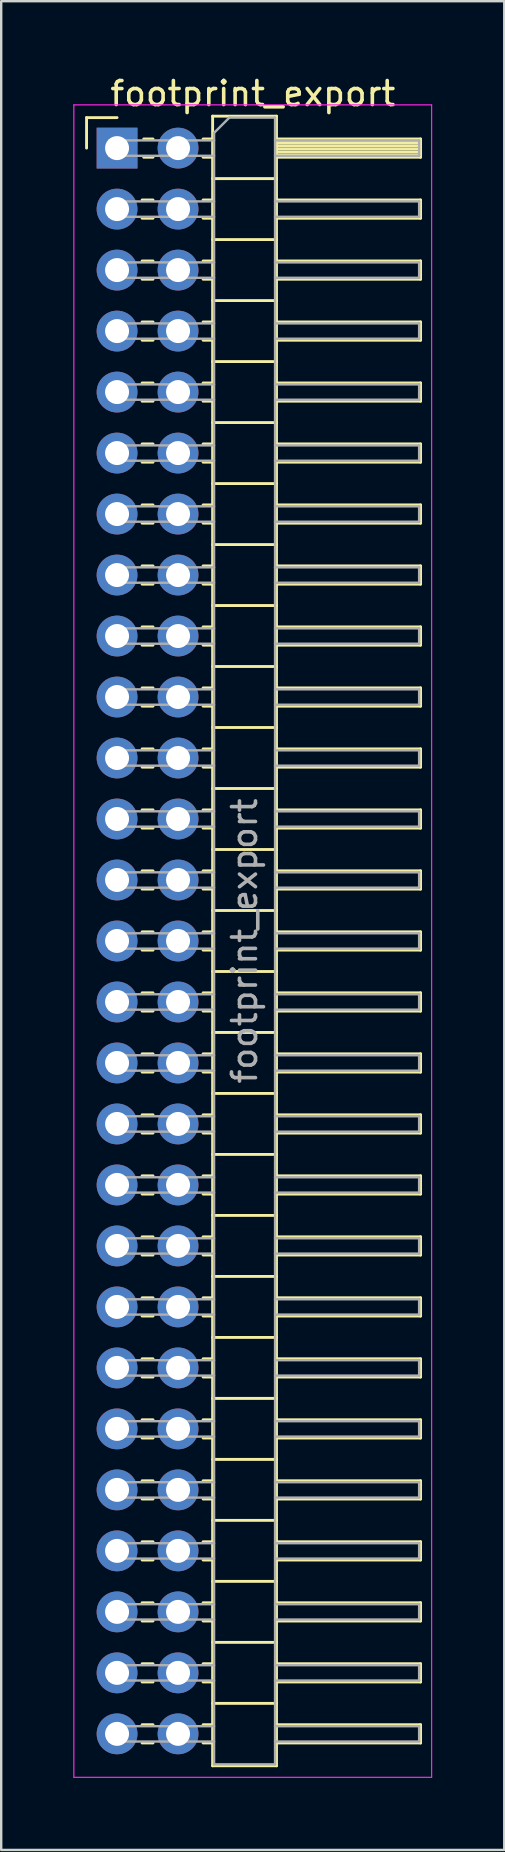
<source format=kicad_pcb>
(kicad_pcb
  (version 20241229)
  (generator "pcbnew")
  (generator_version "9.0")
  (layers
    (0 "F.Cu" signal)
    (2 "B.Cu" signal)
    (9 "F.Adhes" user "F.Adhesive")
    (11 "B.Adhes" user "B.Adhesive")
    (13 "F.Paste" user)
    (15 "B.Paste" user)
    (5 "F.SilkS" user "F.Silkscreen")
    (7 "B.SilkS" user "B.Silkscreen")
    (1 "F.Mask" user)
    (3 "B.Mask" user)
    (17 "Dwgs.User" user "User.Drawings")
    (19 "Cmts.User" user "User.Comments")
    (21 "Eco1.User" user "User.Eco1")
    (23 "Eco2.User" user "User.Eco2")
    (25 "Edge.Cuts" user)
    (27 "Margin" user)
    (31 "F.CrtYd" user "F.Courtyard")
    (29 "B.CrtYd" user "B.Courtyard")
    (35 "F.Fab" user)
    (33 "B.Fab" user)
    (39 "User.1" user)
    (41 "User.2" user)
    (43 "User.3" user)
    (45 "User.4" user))
  (footprint "footprint_export"
    (layer "F.Cu")
    (at 1.825 3.118)
    (property "Reference" "footprint_export" (at 5.655 -2.27 0) (layer "F.SilkS") (effects (font (size 1 1) (thickness 0.15))))
    (attr through_hole)
    (fp_line (start -1.27 -1.27) (end 0 -1.27) (stroke (width 0.12) (type solid)) (layer "F.SilkS"))
    (fp_line (start -1.27 0) (end -1.27 -1.27) (stroke (width 0.12) (type solid)) (layer "F.SilkS"))
    (fp_line (start 1.043 2.16) (end 1.497 2.16) (stroke (width 0.12) (type solid)) (layer "F.SilkS"))
    (fp_line (start 1.043 2.92) (end 1.497 2.92) (stroke (width 0.12) (type solid)) (layer "F.SilkS"))
    (fp_line (start 1.043 4.7) (end 1.497 4.7) (stroke (width 0.12) (type solid)) (layer "F.SilkS"))
    (fp_line (start 1.043 5.46) (end 1.497 5.46) (stroke (width 0.12) (type solid)) (layer "F.SilkS"))
    (fp_line (start 1.043 7.24) (end 1.497 7.24) (stroke (width 0.12) (type solid)) (layer "F.SilkS"))
    (fp_line (start 1.043 8) (end 1.497 8) (stroke (width 0.12) (type solid)) (layer "F.SilkS"))
    (fp_line (start 1.043 9.78) (end 1.497 9.78) (stroke (width 0.12) (type solid)) (layer "F.SilkS"))
    (fp_line (start 1.043 10.54) (end 1.497 10.54) (stroke (width 0.12) (type solid)) (layer "F.SilkS"))
    (fp_line (start 1.043 12.32) (end 1.497 12.32) (stroke (width 0.12) (type solid)) (layer "F.SilkS"))
    (fp_line (start 1.043 13.08) (end 1.497 13.08) (stroke (width 0.12) (type solid)) (layer "F.SilkS"))
    (fp_line (start 1.043 14.86) (end 1.497 14.86) (stroke (width 0.12) (type solid)) (layer "F.SilkS"))
    (fp_line (start 1.043 15.62) (end 1.497 15.62) (stroke (width 0.12) (type solid)) (layer "F.SilkS"))
    (fp_line (start 1.043 17.4) (end 1.497 17.4) (stroke (width 0.12) (type solid)) (layer "F.SilkS"))
    (fp_line (start 1.043 18.16) (end 1.497 18.16) (stroke (width 0.12) (type solid)) (layer "F.SilkS"))
    (fp_line (start 1.043 19.94) (end 1.497 19.94) (stroke (width 0.12) (type solid)) (layer "F.SilkS"))
    (fp_line (start 1.043 20.7) (end 1.497 20.7) (stroke (width 0.12) (type solid)) (layer "F.SilkS"))
    (fp_line (start 1.043 22.48) (end 1.497 22.48) (stroke (width 0.12) (type solid)) (layer "F.SilkS"))
    (fp_line (start 1.043 23.24) (end 1.497 23.24) (stroke (width 0.12) (type solid)) (layer "F.SilkS"))
    (fp_line (start 1.043 25.02) (end 1.497 25.02) (stroke (width 0.12) (type solid)) (layer "F.SilkS"))
    (fp_line (start 1.043 25.78) (end 1.497 25.78) (stroke (width 0.12) (type solid)) (layer "F.SilkS"))
    (fp_line (start 1.043 27.56) (end 1.497 27.56) (stroke (width 0.12) (type solid)) (layer "F.SilkS"))
    (fp_line (start 1.043 28.32) (end 1.497 28.32) (stroke (width 0.12) (type solid)) (layer "F.SilkS"))
    (fp_line (start 1.043 30.1) (end 1.497 30.1) (stroke (width 0.12) (type solid)) (layer "F.SilkS"))
    (fp_line (start 1.043 30.86) (end 1.497 30.86) (stroke (width 0.12) (type solid)) (layer "F.SilkS"))
    (fp_line (start 1.043 32.64) (end 1.497 32.64) (stroke (width 0.12) (type solid)) (layer "F.SilkS"))
    (fp_line (start 1.043 33.4) (end 1.497 33.4) (stroke (width 0.12) (type solid)) (layer "F.SilkS"))
    (fp_line (start 1.043 35.18) (end 1.497 35.18) (stroke (width 0.12) (type solid)) (layer "F.SilkS"))
    (fp_line (start 1.043 35.94) (end 1.497 35.94) (stroke (width 0.12) (type solid)) (layer "F.SilkS"))
    (fp_line (start 1.043 37.72) (end 1.497 37.72) (stroke (width 0.12) (type solid)) (layer "F.SilkS"))
    (fp_line (start 1.043 38.48) (end 1.497 38.48) (stroke (width 0.12) (type solid)) (layer "F.SilkS"))
    (fp_line (start 1.043 40.26) (end 1.497 40.26) (stroke (width 0.12) (type solid)) (layer "F.SilkS"))
    (fp_line (start 1.043 41.02) (end 1.497 41.02) (stroke (width 0.12) (type solid)) (layer "F.SilkS"))
    (fp_line (start 1.043 42.8) (end 1.497 42.8) (stroke (width 0.12) (type solid)) (layer "F.SilkS"))
    (fp_line (start 1.043 43.56) (end 1.497 43.56) (stroke (width 0.12) (type solid)) (layer "F.SilkS"))
    (fp_line (start 1.043 45.34) (end 1.497 45.34) (stroke (width 0.12) (type solid)) (layer "F.SilkS"))
    (fp_line (start 1.043 46.1) (end 1.497 46.1) (stroke (width 0.12) (type solid)) (layer "F.SilkS"))
    (fp_line (start 1.043 47.88) (end 1.497 47.88) (stroke (width 0.12) (type solid)) (layer "F.SilkS"))
    (fp_line (start 1.043 48.64) (end 1.497 48.64) (stroke (width 0.12) (type solid)) (layer "F.SilkS"))
    (fp_line (start 1.043 50.42) (end 1.497 50.42) (stroke (width 0.12) (type solid)) (layer "F.SilkS"))
    (fp_line (start 1.043 51.18) (end 1.497 51.18) (stroke (width 0.12) (type solid)) (layer "F.SilkS"))
    (fp_line (start 1.043 52.96) (end 1.497 52.96) (stroke (width 0.12) (type solid)) (layer "F.SilkS"))
    (fp_line (start 1.043 53.72) (end 1.497 53.72) (stroke (width 0.12) (type solid)) (layer "F.SilkS"))
    (fp_line (start 1.043 55.5) (end 1.497 55.5) (stroke (width 0.12) (type solid)) (layer "F.SilkS"))
    (fp_line (start 1.043 56.26) (end 1.497 56.26) (stroke (width 0.12) (type solid)) (layer "F.SilkS"))
    (fp_line (start 1.043 58.04) (end 1.497 58.04) (stroke (width 0.12) (type solid)) (layer "F.SilkS"))
    (fp_line (start 1.043 58.8) (end 1.497 58.8) (stroke (width 0.12) (type solid)) (layer "F.SilkS"))
    (fp_line (start 1.043 60.58) (end 1.497 60.58) (stroke (width 0.12) (type solid)) (layer "F.SilkS"))
    (fp_line (start 1.043 61.34) (end 1.497 61.34) (stroke (width 0.12) (type solid)) (layer "F.SilkS"))
    (fp_line (start 1.043 63.12) (end 1.497 63.12) (stroke (width 0.12) (type solid)) (layer "F.SilkS"))
    (fp_line (start 1.043 63.88) (end 1.497 63.88) (stroke (width 0.12) (type solid)) (layer "F.SilkS"))
    (fp_line (start 1.043 65.66) (end 1.497 65.66) (stroke (width 0.12) (type solid)) (layer "F.SilkS"))
    (fp_line (start 1.043 66.42) (end 1.497 66.42) (stroke (width 0.12) (type solid)) (layer "F.SilkS"))
    (fp_line (start 1.11 -0.38) (end 1.497 -0.38) (stroke (width 0.12) (type solid)) (layer "F.SilkS"))
    (fp_line (start 1.11 0.38) (end 1.497 0.38) (stroke (width 0.12) (type solid)) (layer "F.SilkS"))
    (fp_line (start 3.583 -0.38) (end 3.98 -0.38) (stroke (width 0.12) (type solid)) (layer "F.SilkS"))
    (fp_line (start 3.583 0.38) (end 3.98 0.38) (stroke (width 0.12) (type solid)) (layer "F.SilkS"))
    (fp_line (start 3.583 2.16) (end 3.98 2.16) (stroke (width 0.12) (type solid)) (layer "F.SilkS"))
    (fp_line (start 3.583 2.92) (end 3.98 2.92) (stroke (width 0.12) (type solid)) (layer "F.SilkS"))
    (fp_line (start 3.583 4.7) (end 3.98 4.7) (stroke (width 0.12) (type solid)) (layer "F.SilkS"))
    (fp_line (start 3.583 5.46) (end 3.98 5.46) (stroke (width 0.12) (type solid)) (layer "F.SilkS"))
    (fp_line (start 3.583 7.24) (end 3.98 7.24) (stroke (width 0.12) (type solid)) (layer "F.SilkS"))
    (fp_line (start 3.583 8) (end 3.98 8) (stroke (width 0.12) (type solid)) (layer "F.SilkS"))
    (fp_line (start 3.583 9.78) (end 3.98 9.78) (stroke (width 0.12) (type solid)) (layer "F.SilkS"))
    (fp_line (start 3.583 10.54) (end 3.98 10.54) (stroke (width 0.12) (type solid)) (layer "F.SilkS"))
    (fp_line (start 3.583 12.32) (end 3.98 12.32) (stroke (width 0.12) (type solid)) (layer "F.SilkS"))
    (fp_line (start 3.583 13.08) (end 3.98 13.08) (stroke (width 0.12) (type solid)) (layer "F.SilkS"))
    (fp_line (start 3.583 14.86) (end 3.98 14.86) (stroke (width 0.12) (type solid)) (layer "F.SilkS"))
    (fp_line (start 3.583 15.62) (end 3.98 15.62) (stroke (width 0.12) (type solid)) (layer "F.SilkS"))
    (fp_line (start 3.583 17.4) (end 3.98 17.4) (stroke (width 0.12) (type solid)) (layer "F.SilkS"))
    (fp_line (start 3.583 18.16) (end 3.98 18.16) (stroke (width 0.12) (type solid)) (layer "F.SilkS"))
    (fp_line (start 3.583 19.94) (end 3.98 19.94) (stroke (width 0.12) (type solid)) (layer "F.SilkS"))
    (fp_line (start 3.583 20.7) (end 3.98 20.7) (stroke (width 0.12) (type solid)) (layer "F.SilkS"))
    (fp_line (start 3.583 22.48) (end 3.98 22.48) (stroke (width 0.12) (type solid)) (layer "F.SilkS"))
    (fp_line (start 3.583 23.24) (end 3.98 23.24) (stroke (width 0.12) (type solid)) (layer "F.SilkS"))
    (fp_line (start 3.583 25.02) (end 3.98 25.02) (stroke (width 0.12) (type solid)) (layer "F.SilkS"))
    (fp_line (start 3.583 25.78) (end 3.98 25.78) (stroke (width 0.12) (type solid)) (layer "F.SilkS"))
    (fp_line (start 3.583 27.56) (end 3.98 27.56) (stroke (width 0.12) (type solid)) (layer "F.SilkS"))
    (fp_line (start 3.583 28.32) (end 3.98 28.32) (stroke (width 0.12) (type solid)) (layer "F.SilkS"))
    (fp_line (start 3.583 30.1) (end 3.98 30.1) (stroke (width 0.12) (type solid)) (layer "F.SilkS"))
    (fp_line (start 3.583 30.86) (end 3.98 30.86) (stroke (width 0.12) (type solid)) (layer "F.SilkS"))
    (fp_line (start 3.583 32.64) (end 3.98 32.64) (stroke (width 0.12) (type solid)) (layer "F.SilkS"))
    (fp_line (start 3.583 33.4) (end 3.98 33.4) (stroke (width 0.12) (type solid)) (layer "F.SilkS"))
    (fp_line (start 3.583 35.18) (end 3.98 35.18) (stroke (width 0.12) (type solid)) (layer "F.SilkS"))
    (fp_line (start 3.583 35.94) (end 3.98 35.94) (stroke (width 0.12) (type solid)) (layer "F.SilkS"))
    (fp_line (start 3.583 37.72) (end 3.98 37.72) (stroke (width 0.12) (type solid)) (layer "F.SilkS"))
    (fp_line (start 3.583 38.48) (end 3.98 38.48) (stroke (width 0.12) (type solid)) (layer "F.SilkS"))
    (fp_line (start 3.583 40.26) (end 3.98 40.26) (stroke (width 0.12) (type solid)) (layer "F.SilkS"))
    (fp_line (start 3.583 41.02) (end 3.98 41.02) (stroke (width 0.12) (type solid)) (layer "F.SilkS"))
    (fp_line (start 3.583 42.8) (end 3.98 42.8) (stroke (width 0.12) (type solid)) (layer "F.SilkS"))
    (fp_line (start 3.583 43.56) (end 3.98 43.56) (stroke (width 0.12) (type solid)) (layer "F.SilkS"))
    (fp_line (start 3.583 45.34) (end 3.98 45.34) (stroke (width 0.12) (type solid)) (layer "F.SilkS"))
    (fp_line (start 3.583 46.1) (end 3.98 46.1) (stroke (width 0.12) (type solid)) (layer "F.SilkS"))
    (fp_line (start 3.583 47.88) (end 3.98 47.88) (stroke (width 0.12) (type solid)) (layer "F.SilkS"))
    (fp_line (start 3.583 48.64) (end 3.98 48.64) (stroke (width 0.12) (type solid)) (layer "F.SilkS"))
    (fp_line (start 3.583 50.42) (end 3.98 50.42) (stroke (width 0.12) (type solid)) (layer "F.SilkS"))
    (fp_line (start 3.583 51.18) (end 3.98 51.18) (stroke (width 0.12) (type solid)) (layer "F.SilkS"))
    (fp_line (start 3.583 52.96) (end 3.98 52.96) (stroke (width 0.12) (type solid)) (layer "F.SilkS"))
    (fp_line (start 3.583 53.72) (end 3.98 53.72) (stroke (width 0.12) (type solid)) (layer "F.SilkS"))
    (fp_line (start 3.583 55.5) (end 3.98 55.5) (stroke (width 0.12) (type solid)) (layer "F.SilkS"))
    (fp_line (start 3.583 56.26) (end 3.98 56.26) (stroke (width 0.12) (type solid)) (layer "F.SilkS"))
    (fp_line (start 3.583 58.04) (end 3.98 58.04) (stroke (width 0.12) (type solid)) (layer "F.SilkS"))
    (fp_line (start 3.583 58.8) (end 3.98 58.8) (stroke (width 0.12) (type solid)) (layer "F.SilkS"))
    (fp_line (start 3.583 60.58) (end 3.98 60.58) (stroke (width 0.12) (type solid)) (layer "F.SilkS"))
    (fp_line (start 3.583 61.34) (end 3.98 61.34) (stroke (width 0.12) (type solid)) (layer "F.SilkS"))
    (fp_line (start 3.583 63.12) (end 3.98 63.12) (stroke (width 0.12) (type solid)) (layer "F.SilkS"))
    (fp_line (start 3.583 63.88) (end 3.98 63.88) (stroke (width 0.12) (type solid)) (layer "F.SilkS"))
    (fp_line (start 3.583 65.66) (end 3.98 65.66) (stroke (width 0.12) (type solid)) (layer "F.SilkS"))
    (fp_line (start 3.583 66.42) (end 3.98 66.42) (stroke (width 0.12) (type solid)) (layer "F.SilkS"))
    (fp_line (start 3.98 -1.33) (end 3.98 67.37) (stroke (width 0.12) (type solid)) (layer "F.SilkS"))
    (fp_line (start 3.98 1.27) (end 6.64 1.27) (stroke (width 0.12) (type solid)) (layer "F.SilkS"))
    (fp_line (start 3.98 3.81) (end 6.64 3.81) (stroke (width 0.12) (type solid)) (layer "F.SilkS"))
    (fp_line (start 3.98 6.35) (end 6.64 6.35) (stroke (width 0.12) (type solid)) (layer "F.SilkS"))
    (fp_line (start 3.98 8.89) (end 6.64 8.89) (stroke (width 0.12) (type solid)) (layer "F.SilkS"))
    (fp_line (start 3.98 11.43) (end 6.64 11.43) (stroke (width 0.12) (type solid)) (layer "F.SilkS"))
    (fp_line (start 3.98 13.97) (end 6.64 13.97) (stroke (width 0.12) (type solid)) (layer "F.SilkS"))
    (fp_line (start 3.98 16.51) (end 6.64 16.51) (stroke (width 0.12) (type solid)) (layer "F.SilkS"))
    (fp_line (start 3.98 19.05) (end 6.64 19.05) (stroke (width 0.12) (type solid)) (layer "F.SilkS"))
    (fp_line (start 3.98 21.59) (end 6.64 21.59) (stroke (width 0.12) (type solid)) (layer "F.SilkS"))
    (fp_line (start 3.98 24.13) (end 6.64 24.13) (stroke (width 0.12) (type solid)) (layer "F.SilkS"))
    (fp_line (start 3.98 26.67) (end 6.64 26.67) (stroke (width 0.12) (type solid)) (layer "F.SilkS"))
    (fp_line (start 3.98 29.21) (end 6.64 29.21) (stroke (width 0.12) (type solid)) (layer "F.SilkS"))
    (fp_line (start 3.98 31.75) (end 6.64 31.75) (stroke (width 0.12) (type solid)) (layer "F.SilkS"))
    (fp_line (start 3.98 34.29) (end 6.64 34.29) (stroke (width 0.12) (type solid)) (layer "F.SilkS"))
    (fp_line (start 3.98 36.83) (end 6.64 36.83) (stroke (width 0.12) (type solid)) (layer "F.SilkS"))
    (fp_line (start 3.98 39.37) (end 6.64 39.37) (stroke (width 0.12) (type solid)) (layer "F.SilkS"))
    (fp_line (start 3.98 41.91) (end 6.64 41.91) (stroke (width 0.12) (type solid)) (layer "F.SilkS"))
    (fp_line (start 3.98 44.45) (end 6.64 44.45) (stroke (width 0.12) (type solid)) (layer "F.SilkS"))
    (fp_line (start 3.98 46.99) (end 6.64 46.99) (stroke (width 0.12) (type solid)) (layer "F.SilkS"))
    (fp_line (start 3.98 49.53) (end 6.64 49.53) (stroke (width 0.12) (type solid)) (layer "F.SilkS"))
    (fp_line (start 3.98 52.07) (end 6.64 52.07) (stroke (width 0.12) (type solid)) (layer "F.SilkS"))
    (fp_line (start 3.98 54.61) (end 6.64 54.61) (stroke (width 0.12) (type solid)) (layer "F.SilkS"))
    (fp_line (start 3.98 57.15) (end 6.64 57.15) (stroke (width 0.12) (type solid)) (layer "F.SilkS"))
    (fp_line (start 3.98 59.69) (end 6.64 59.69) (stroke (width 0.12) (type solid)) (layer "F.SilkS"))
    (fp_line (start 3.98 62.23) (end 6.64 62.23) (stroke (width 0.12) (type solid)) (layer "F.SilkS"))
    (fp_line (start 3.98 64.77) (end 6.64 64.77) (stroke (width 0.12) (type solid)) (layer "F.SilkS"))
    (fp_line (start 3.98 67.37) (end 6.64 67.37) (stroke (width 0.12) (type solid)) (layer "F.SilkS"))
    (fp_line (start 6.64 -1.33) (end 3.98 -1.33) (stroke (width 0.12) (type solid)) (layer "F.SilkS"))
    (fp_line (start 6.64 -0.38) (end 12.64 -0.38) (stroke (width 0.12) (type solid)) (layer "F.SilkS"))
    (fp_line (start 6.64 -0.32) (end 12.64 -0.32) (stroke (width 0.12) (type solid)) (layer "F.SilkS"))
    (fp_line (start 6.64 -0.2) (end 12.64 -0.2) (stroke (width 0.12) (type solid)) (layer "F.SilkS"))
    (fp_line (start 6.64 -0.08) (end 12.64 -0.08) (stroke (width 0.12) (type solid)) (layer "F.SilkS"))
    (fp_line (start 6.64 0.04) (end 12.64 0.04) (stroke (width 0.12) (type solid)) (layer "F.SilkS"))
    (fp_line (start 6.64 0.16) (end 12.64 0.16) (stroke (width 0.12) (type solid)) (layer "F.SilkS"))
    (fp_line (start 6.64 0.28) (end 12.64 0.28) (stroke (width 0.12) (type solid)) (layer "F.SilkS"))
    (fp_line (start 6.64 2.16) (end 12.64 2.16) (stroke (width 0.12) (type solid)) (layer "F.SilkS"))
    (fp_line (start 6.64 4.7) (end 12.64 4.7) (stroke (width 0.12) (type solid)) (layer "F.SilkS"))
    (fp_line (start 6.64 7.24) (end 12.64 7.24) (stroke (width 0.12) (type solid)) (layer "F.SilkS"))
    (fp_line (start 6.64 9.78) (end 12.64 9.78) (stroke (width 0.12) (type solid)) (layer "F.SilkS"))
    (fp_line (start 6.64 12.32) (end 12.64 12.32) (stroke (width 0.12) (type solid)) (layer "F.SilkS"))
    (fp_line (start 6.64 14.86) (end 12.64 14.86) (stroke (width 0.12) (type solid)) (layer "F.SilkS"))
    (fp_line (start 6.64 17.4) (end 12.64 17.4) (stroke (width 0.12) (type solid)) (layer "F.SilkS"))
    (fp_line (start 6.64 19.94) (end 12.64 19.94) (stroke (width 0.12) (type solid)) (layer "F.SilkS"))
    (fp_line (start 6.64 22.48) (end 12.64 22.48) (stroke (width 0.12) (type solid)) (layer "F.SilkS"))
    (fp_line (start 6.64 25.02) (end 12.64 25.02) (stroke (width 0.12) (type solid)) (layer "F.SilkS"))
    (fp_line (start 6.64 27.56) (end 12.64 27.56) (stroke (width 0.12) (type solid)) (layer "F.SilkS"))
    (fp_line (start 6.64 30.1) (end 12.64 30.1) (stroke (width 0.12) (type solid)) (layer "F.SilkS"))
    (fp_line (start 6.64 32.64) (end 12.64 32.64) (stroke (width 0.12) (type solid)) (layer "F.SilkS"))
    (fp_line (start 6.64 35.18) (end 12.64 35.18) (stroke (width 0.12) (type solid)) (layer "F.SilkS"))
    (fp_line (start 6.64 37.72) (end 12.64 37.72) (stroke (width 0.12) (type solid)) (layer "F.SilkS"))
    (fp_line (start 6.64 40.26) (end 12.64 40.26) (stroke (width 0.12) (type solid)) (layer "F.SilkS"))
    (fp_line (start 6.64 42.8) (end 12.64 42.8) (stroke (width 0.12) (type solid)) (layer "F.SilkS"))
    (fp_line (start 6.64 45.34) (end 12.64 45.34) (stroke (width 0.12) (type solid)) (layer "F.SilkS"))
    (fp_line (start 6.64 47.88) (end 12.64 47.88) (stroke (width 0.12) (type solid)) (layer "F.SilkS"))
    (fp_line (start 6.64 50.42) (end 12.64 50.42) (stroke (width 0.12) (type solid)) (layer "F.SilkS"))
    (fp_line (start 6.64 52.96) (end 12.64 52.96) (stroke (width 0.12) (type solid)) (layer "F.SilkS"))
    (fp_line (start 6.64 55.5) (end 12.64 55.5) (stroke (width 0.12) (type solid)) (layer "F.SilkS"))
    (fp_line (start 6.64 58.04) (end 12.64 58.04) (stroke (width 0.12) (type solid)) (layer "F.SilkS"))
    (fp_line (start 6.64 60.58) (end 12.64 60.58) (stroke (width 0.12) (type solid)) (layer "F.SilkS"))
    (fp_line (start 6.64 63.12) (end 12.64 63.12) (stroke (width 0.12) (type solid)) (layer "F.SilkS"))
    (fp_line (start 6.64 65.66) (end 12.64 65.66) (stroke (width 0.12) (type solid)) (layer "F.SilkS"))
    (fp_line (start 6.64 67.37) (end 6.64 -1.33) (stroke (width 0.12) (type solid)) (layer "F.SilkS"))
    (fp_line (start 12.64 -0.38) (end 12.64 0.38) (stroke (width 0.12) (type solid)) (layer "F.SilkS"))
    (fp_line (start 12.64 0.38) (end 6.64 0.38) (stroke (width 0.12) (type solid)) (layer "F.SilkS"))
    (fp_line (start 12.64 2.16) (end 12.64 2.92) (stroke (width 0.12) (type solid)) (layer "F.SilkS"))
    (fp_line (start 12.64 2.92) (end 6.64 2.92) (stroke (width 0.12) (type solid)) (layer "F.SilkS"))
    (fp_line (start 12.64 4.7) (end 12.64 5.46) (stroke (width 0.12) (type solid)) (layer "F.SilkS"))
    (fp_line (start 12.64 5.46) (end 6.64 5.46) (stroke (width 0.12) (type solid)) (layer "F.SilkS"))
    (fp_line (start 12.64 7.24) (end 12.64 8) (stroke (width 0.12) (type solid)) (layer "F.SilkS"))
    (fp_line (start 12.64 8) (end 6.64 8) (stroke (width 0.12) (type solid)) (layer "F.SilkS"))
    (fp_line (start 12.64 9.78) (end 12.64 10.54) (stroke (width 0.12) (type solid)) (layer "F.SilkS"))
    (fp_line (start 12.64 10.54) (end 6.64 10.54) (stroke (width 0.12) (type solid)) (layer "F.SilkS"))
    (fp_line (start 12.64 12.32) (end 12.64 13.08) (stroke (width 0.12) (type solid)) (layer "F.SilkS"))
    (fp_line (start 12.64 13.08) (end 6.64 13.08) (stroke (width 0.12) (type solid)) (layer "F.SilkS"))
    (fp_line (start 12.64 14.86) (end 12.64 15.62) (stroke (width 0.12) (type solid)) (layer "F.SilkS"))
    (fp_line (start 12.64 15.62) (end 6.64 15.62) (stroke (width 0.12) (type solid)) (layer "F.SilkS"))
    (fp_line (start 12.64 17.4) (end 12.64 18.16) (stroke (width 0.12) (type solid)) (layer "F.SilkS"))
    (fp_line (start 12.64 18.16) (end 6.64 18.16) (stroke (width 0.12) (type solid)) (layer "F.SilkS"))
    (fp_line (start 12.64 19.94) (end 12.64 20.7) (stroke (width 0.12) (type solid)) (layer "F.SilkS"))
    (fp_line (start 12.64 20.7) (end 6.64 20.7) (stroke (width 0.12) (type solid)) (layer "F.SilkS"))
    (fp_line (start 12.64 22.48) (end 12.64 23.24) (stroke (width 0.12) (type solid)) (layer "F.SilkS"))
    (fp_line (start 12.64 23.24) (end 6.64 23.24) (stroke (width 0.12) (type solid)) (layer "F.SilkS"))
    (fp_line (start 12.64 25.02) (end 12.64 25.78) (stroke (width 0.12) (type solid)) (layer "F.SilkS"))
    (fp_line (start 12.64 25.78) (end 6.64 25.78) (stroke (width 0.12) (type solid)) (layer "F.SilkS"))
    (fp_line (start 12.64 27.56) (end 12.64 28.32) (stroke (width 0.12) (type solid)) (layer "F.SilkS"))
    (fp_line (start 12.64 28.32) (end 6.64 28.32) (stroke (width 0.12) (type solid)) (layer "F.SilkS"))
    (fp_line (start 12.64 30.1) (end 12.64 30.86) (stroke (width 0.12) (type solid)) (layer "F.SilkS"))
    (fp_line (start 12.64 30.86) (end 6.64 30.86) (stroke (width 0.12) (type solid)) (layer "F.SilkS"))
    (fp_line (start 12.64 32.64) (end 12.64 33.4) (stroke (width 0.12) (type solid)) (layer "F.SilkS"))
    (fp_line (start 12.64 33.4) (end 6.64 33.4) (stroke (width 0.12) (type solid)) (layer "F.SilkS"))
    (fp_line (start 12.64 35.18) (end 12.64 35.94) (stroke (width 0.12) (type solid)) (layer "F.SilkS"))
    (fp_line (start 12.64 35.94) (end 6.64 35.94) (stroke (width 0.12) (type solid)) (layer "F.SilkS"))
    (fp_line (start 12.64 37.72) (end 12.64 38.48) (stroke (width 0.12) (type solid)) (layer "F.SilkS"))
    (fp_line (start 12.64 38.48) (end 6.64 38.48) (stroke (width 0.12) (type solid)) (layer "F.SilkS"))
    (fp_line (start 12.64 40.26) (end 12.64 41.02) (stroke (width 0.12) (type solid)) (layer "F.SilkS"))
    (fp_line (start 12.64 41.02) (end 6.64 41.02) (stroke (width 0.12) (type solid)) (layer "F.SilkS"))
    (fp_line (start 12.64 42.8) (end 12.64 43.56) (stroke (width 0.12) (type solid)) (layer "F.SilkS"))
    (fp_line (start 12.64 43.56) (end 6.64 43.56) (stroke (width 0.12) (type solid)) (layer "F.SilkS"))
    (fp_line (start 12.64 45.34) (end 12.64 46.1) (stroke (width 0.12) (type solid)) (layer "F.SilkS"))
    (fp_line (start 12.64 46.1) (end 6.64 46.1) (stroke (width 0.12) (type solid)) (layer "F.SilkS"))
    (fp_line (start 12.64 47.88) (end 12.64 48.64) (stroke (width 0.12) (type solid)) (layer "F.SilkS"))
    (fp_line (start 12.64 48.64) (end 6.64 48.64) (stroke (width 0.12) (type solid)) (layer "F.SilkS"))
    (fp_line (start 12.64 50.42) (end 12.64 51.18) (stroke (width 0.12) (type solid)) (layer "F.SilkS"))
    (fp_line (start 12.64 51.18) (end 6.64 51.18) (stroke (width 0.12) (type solid)) (layer "F.SilkS"))
    (fp_line (start 12.64 52.96) (end 12.64 53.72) (stroke (width 0.12) (type solid)) (layer "F.SilkS"))
    (fp_line (start 12.64 53.72) (end 6.64 53.72) (stroke (width 0.12) (type solid)) (layer "F.SilkS"))
    (fp_line (start 12.64 55.5) (end 12.64 56.26) (stroke (width 0.12) (type solid)) (layer "F.SilkS"))
    (fp_line (start 12.64 56.26) (end 6.64 56.26) (stroke (width 0.12) (type solid)) (layer "F.SilkS"))
    (fp_line (start 12.64 58.04) (end 12.64 58.8) (stroke (width 0.12) (type solid)) (layer "F.SilkS"))
    (fp_line (start 12.64 58.8) (end 6.64 58.8) (stroke (width 0.12) (type solid)) (layer "F.SilkS"))
    (fp_line (start 12.64 60.58) (end 12.64 61.34) (stroke (width 0.12) (type solid)) (layer "F.SilkS"))
    (fp_line (start 12.64 61.34) (end 6.64 61.34) (stroke (width 0.12) (type solid)) (layer "F.SilkS"))
    (fp_line (start 12.64 63.12) (end 12.64 63.88) (stroke (width 0.12) (type solid)) (layer "F.SilkS"))
    (fp_line (start 12.64 63.88) (end 6.64 63.88) (stroke (width 0.12) (type solid)) (layer "F.SilkS"))
    (fp_line (start 12.64 65.66) (end 12.64 66.42) (stroke (width 0.12) (type solid)) (layer "F.SilkS"))
    (fp_line (start 12.64 66.42) (end 6.64 66.42) (stroke (width 0.12) (type solid)) (layer "F.SilkS"))
    (fp_line (start -1.8 -1.8) (end -1.8 67.85) (stroke (width 0.05) (type solid)) (layer "F.CrtYd"))
    (fp_line (start -1.8 67.85) (end 13.1 67.85) (stroke (width 0.05) (type solid)) (layer "F.CrtYd"))
    (fp_line (start 13.1 -1.8) (end -1.8 -1.8) (stroke (width 0.05) (type solid)) (layer "F.CrtYd"))
    (fp_line (start 13.1 67.85) (end 13.1 -1.8) (stroke (width 0.05) (type solid)) (layer "F.CrtYd"))
    (fp_line (start -0.32 -0.32) (end -0.32 0.32) (stroke (width 0.1) (type solid)) (layer "F.Fab"))
    (fp_line (start -0.32 -0.32) (end 4.04 -0.32) (stroke (width 0.1) (type solid)) (layer "F.Fab"))
    (fp_line (start -0.32 0.32) (end 4.04 0.32) (stroke (width 0.1) (type solid)) (layer "F.Fab"))
    (fp_line (start -0.32 2.22) (end -0.32 2.86) (stroke (width 0.1) (type solid)) (layer "F.Fab"))
    (fp_line (start -0.32 2.22) (end 4.04 2.22) (stroke (width 0.1) (type solid)) (layer "F.Fab"))
    (fp_line (start -0.32 2.86) (end 4.04 2.86) (stroke (width 0.1) (type solid)) (layer "F.Fab"))
    (fp_line (start -0.32 4.76) (end -0.32 5.4) (stroke (width 0.1) (type solid)) (layer "F.Fab"))
    (fp_line (start -0.32 4.76) (end 4.04 4.76) (stroke (width 0.1) (type solid)) (layer "F.Fab"))
    (fp_line (start -0.32 5.4) (end 4.04 5.4) (stroke (width 0.1) (type solid)) (layer "F.Fab"))
    (fp_line (start -0.32 7.3) (end -0.32 7.94) (stroke (width 0.1) (type solid)) (layer "F.Fab"))
    (fp_line (start -0.32 7.3) (end 4.04 7.3) (stroke (width 0.1) (type solid)) (layer "F.Fab"))
    (fp_line (start -0.32 7.94) (end 4.04 7.94) (stroke (width 0.1) (type solid)) (layer "F.Fab"))
    (fp_line (start -0.32 9.84) (end -0.32 10.48) (stroke (width 0.1) (type solid)) (layer "F.Fab"))
    (fp_line (start -0.32 9.84) (end 4.04 9.84) (stroke (width 0.1) (type solid)) (layer "F.Fab"))
    (fp_line (start -0.32 10.48) (end 4.04 10.48) (stroke (width 0.1) (type solid)) (layer "F.Fab"))
    (fp_line (start -0.32 12.38) (end -0.32 13.02) (stroke (width 0.1) (type solid)) (layer "F.Fab"))
    (fp_line (start -0.32 12.38) (end 4.04 12.38) (stroke (width 0.1) (type solid)) (layer "F.Fab"))
    (fp_line (start -0.32 13.02) (end 4.04 13.02) (stroke (width 0.1) (type solid)) (layer "F.Fab"))
    (fp_line (start -0.32 14.92) (end -0.32 15.56) (stroke (width 0.1) (type solid)) (layer "F.Fab"))
    (fp_line (start -0.32 14.92) (end 4.04 14.92) (stroke (width 0.1) (type solid)) (layer "F.Fab"))
    (fp_line (start -0.32 15.56) (end 4.04 15.56) (stroke (width 0.1) (type solid)) (layer "F.Fab"))
    (fp_line (start -0.32 17.46) (end -0.32 18.1) (stroke (width 0.1) (type solid)) (layer "F.Fab"))
    (fp_line (start -0.32 17.46) (end 4.04 17.46) (stroke (width 0.1) (type solid)) (layer "F.Fab"))
    (fp_line (start -0.32 18.1) (end 4.04 18.1) (stroke (width 0.1) (type solid)) (layer "F.Fab"))
    (fp_line (start -0.32 20) (end -0.32 20.64) (stroke (width 0.1) (type solid)) (layer "F.Fab"))
    (fp_line (start -0.32 20) (end 4.04 20) (stroke (width 0.1) (type solid)) (layer "F.Fab"))
    (fp_line (start -0.32 20.64) (end 4.04 20.64) (stroke (width 0.1) (type solid)) (layer "F.Fab"))
    (fp_line (start -0.32 22.54) (end -0.32 23.18) (stroke (width 0.1) (type solid)) (layer "F.Fab"))
    (fp_line (start -0.32 22.54) (end 4.04 22.54) (stroke (width 0.1) (type solid)) (layer "F.Fab"))
    (fp_line (start -0.32 23.18) (end 4.04 23.18) (stroke (width 0.1) (type solid)) (layer "F.Fab"))
    (fp_line (start -0.32 25.08) (end -0.32 25.72) (stroke (width 0.1) (type solid)) (layer "F.Fab"))
    (fp_line (start -0.32 25.08) (end 4.04 25.08) (stroke (width 0.1) (type solid)) (layer "F.Fab"))
    (fp_line (start -0.32 25.72) (end 4.04 25.72) (stroke (width 0.1) (type solid)) (layer "F.Fab"))
    (fp_line (start -0.32 27.62) (end -0.32 28.26) (stroke (width 0.1) (type solid)) (layer "F.Fab"))
    (fp_line (start -0.32 27.62) (end 4.04 27.62) (stroke (width 0.1) (type solid)) (layer "F.Fab"))
    (fp_line (start -0.32 28.26) (end 4.04 28.26) (stroke (width 0.1) (type solid)) (layer "F.Fab"))
    (fp_line (start -0.32 30.16) (end -0.32 30.8) (stroke (width 0.1) (type solid)) (layer "F.Fab"))
    (fp_line (start -0.32 30.16) (end 4.04 30.16) (stroke (width 0.1) (type solid)) (layer "F.Fab"))
    (fp_line (start -0.32 30.8) (end 4.04 30.8) (stroke (width 0.1) (type solid)) (layer "F.Fab"))
    (fp_line (start -0.32 32.7) (end -0.32 33.34) (stroke (width 0.1) (type solid)) (layer "F.Fab"))
    (fp_line (start -0.32 32.7) (end 4.04 32.7) (stroke (width 0.1) (type solid)) (layer "F.Fab"))
    (fp_line (start -0.32 33.34) (end 4.04 33.34) (stroke (width 0.1) (type solid)) (layer "F.Fab"))
    (fp_line (start -0.32 35.24) (end -0.32 35.88) (stroke (width 0.1) (type solid)) (layer "F.Fab"))
    (fp_line (start -0.32 35.24) (end 4.04 35.24) (stroke (width 0.1) (type solid)) (layer "F.Fab"))
    (fp_line (start -0.32 35.88) (end 4.04 35.88) (stroke (width 0.1) (type solid)) (layer "F.Fab"))
    (fp_line (start -0.32 37.78) (end -0.32 38.42) (stroke (width 0.1) (type solid)) (layer "F.Fab"))
    (fp_line (start -0.32 37.78) (end 4.04 37.78) (stroke (width 0.1) (type solid)) (layer "F.Fab"))
    (fp_line (start -0.32 38.42) (end 4.04 38.42) (stroke (width 0.1) (type solid)) (layer "F.Fab"))
    (fp_line (start -0.32 40.32) (end -0.32 40.96) (stroke (width 0.1) (type solid)) (layer "F.Fab"))
    (fp_line (start -0.32 40.32) (end 4.04 40.32) (stroke (width 0.1) (type solid)) (layer "F.Fab"))
    (fp_line (start -0.32 40.96) (end 4.04 40.96) (stroke (width 0.1) (type solid)) (layer "F.Fab"))
    (fp_line (start -0.32 42.86) (end -0.32 43.5) (stroke (width 0.1) (type solid)) (layer "F.Fab"))
    (fp_line (start -0.32 42.86) (end 4.04 42.86) (stroke (width 0.1) (type solid)) (layer "F.Fab"))
    (fp_line (start -0.32 43.5) (end 4.04 43.5) (stroke (width 0.1) (type solid)) (layer "F.Fab"))
    (fp_line (start -0.32 45.4) (end -0.32 46.04) (stroke (width 0.1) (type solid)) (layer "F.Fab"))
    (fp_line (start -0.32 45.4) (end 4.04 45.4) (stroke (width 0.1) (type solid)) (layer "F.Fab"))
    (fp_line (start -0.32 46.04) (end 4.04 46.04) (stroke (width 0.1) (type solid)) (layer "F.Fab"))
    (fp_line (start -0.32 47.94) (end -0.32 48.58) (stroke (width 0.1) (type solid)) (layer "F.Fab"))
    (fp_line (start -0.32 47.94) (end 4.04 47.94) (stroke (width 0.1) (type solid)) (layer "F.Fab"))
    (fp_line (start -0.32 48.58) (end 4.04 48.58) (stroke (width 0.1) (type solid)) (layer "F.Fab"))
    (fp_line (start -0.32 50.48) (end -0.32 51.12) (stroke (width 0.1) (type solid)) (layer "F.Fab"))
    (fp_line (start -0.32 50.48) (end 4.04 50.48) (stroke (width 0.1) (type solid)) (layer "F.Fab"))
    (fp_line (start -0.32 51.12) (end 4.04 51.12) (stroke (width 0.1) (type solid)) (layer "F.Fab"))
    (fp_line (start -0.32 53.02) (end -0.32 53.66) (stroke (width 0.1) (type solid)) (layer "F.Fab"))
    (fp_line (start -0.32 53.02) (end 4.04 53.02) (stroke (width 0.1) (type solid)) (layer "F.Fab"))
    (fp_line (start -0.32 53.66) (end 4.04 53.66) (stroke (width 0.1) (type solid)) (layer "F.Fab"))
    (fp_line (start -0.32 55.56) (end -0.32 56.2) (stroke (width 0.1) (type solid)) (layer "F.Fab"))
    (fp_line (start -0.32 55.56) (end 4.04 55.56) (stroke (width 0.1) (type solid)) (layer "F.Fab"))
    (fp_line (start -0.32 56.2) (end 4.04 56.2) (stroke (width 0.1) (type solid)) (layer "F.Fab"))
    (fp_line (start -0.32 58.1) (end -0.32 58.74) (stroke (width 0.1) (type solid)) (layer "F.Fab"))
    (fp_line (start -0.32 58.1) (end 4.04 58.1) (stroke (width 0.1) (type solid)) (layer "F.Fab"))
    (fp_line (start -0.32 58.74) (end 4.04 58.74) (stroke (width 0.1) (type solid)) (layer "F.Fab"))
    (fp_line (start -0.32 60.64) (end -0.32 61.28) (stroke (width 0.1) (type solid)) (layer "F.Fab"))
    (fp_line (start -0.32 60.64) (end 4.04 60.64) (stroke (width 0.1) (type solid)) (layer "F.Fab"))
    (fp_line (start -0.32 61.28) (end 4.04 61.28) (stroke (width 0.1) (type solid)) (layer "F.Fab"))
    (fp_line (start -0.32 63.18) (end -0.32 63.82) (stroke (width 0.1) (type solid)) (layer "F.Fab"))
    (fp_line (start -0.32 63.18) (end 4.04 63.18) (stroke (width 0.1) (type solid)) (layer "F.Fab"))
    (fp_line (start -0.32 63.82) (end 4.04 63.82) (stroke (width 0.1) (type solid)) (layer "F.Fab"))
    (fp_line (start -0.32 65.72) (end -0.32 66.36) (stroke (width 0.1) (type solid)) (layer "F.Fab"))
    (fp_line (start -0.32 65.72) (end 4.04 65.72) (stroke (width 0.1) (type solid)) (layer "F.Fab"))
    (fp_line (start -0.32 66.36) (end 4.04 66.36) (stroke (width 0.1) (type solid)) (layer "F.Fab"))
    (fp_line (start 4.04 -0.635) (end 4.675 -1.27) (stroke (width 0.1) (type solid)) (layer "F.Fab"))
    (fp_line (start 4.04 67.31) (end 4.04 -0.635) (stroke (width 0.1) (type solid)) (layer "F.Fab"))
    (fp_line (start 4.675 -1.27) (end 6.58 -1.27) (stroke (width 0.1) (type solid)) (layer "F.Fab"))
    (fp_line (start 6.58 -1.27) (end 6.58 67.31) (stroke (width 0.1) (type solid)) (layer "F.Fab"))
    (fp_line (start 6.58 -0.32) (end 12.58 -0.32) (stroke (width 0.1) (type solid)) (layer "F.Fab"))
    (fp_line (start 6.58 0.32) (end 12.58 0.32) (stroke (width 0.1) (type solid)) (layer "F.Fab"))
    (fp_line (start 6.58 2.22) (end 12.58 2.22) (stroke (width 0.1) (type solid)) (layer "F.Fab"))
    (fp_line (start 6.58 2.86) (end 12.58 2.86) (stroke (width 0.1) (type solid)) (layer "F.Fab"))
    (fp_line (start 6.58 4.76) (end 12.58 4.76) (stroke (width 0.1) (type solid)) (layer "F.Fab"))
    (fp_line (start 6.58 5.4) (end 12.58 5.4) (stroke (width 0.1) (type solid)) (layer "F.Fab"))
    (fp_line (start 6.58 7.3) (end 12.58 7.3) (stroke (width 0.1) (type solid)) (layer "F.Fab"))
    (fp_line (start 6.58 7.94) (end 12.58 7.94) (stroke (width 0.1) (type solid)) (layer "F.Fab"))
    (fp_line (start 6.58 9.84) (end 12.58 9.84) (stroke (width 0.1) (type solid)) (layer "F.Fab"))
    (fp_line (start 6.58 10.48) (end 12.58 10.48) (stroke (width 0.1) (type solid)) (layer "F.Fab"))
    (fp_line (start 6.58 12.38) (end 12.58 12.38) (stroke (width 0.1) (type solid)) (layer "F.Fab"))
    (fp_line (start 6.58 13.02) (end 12.58 13.02) (stroke (width 0.1) (type solid)) (layer "F.Fab"))
    (fp_line (start 6.58 14.92) (end 12.58 14.92) (stroke (width 0.1) (type solid)) (layer "F.Fab"))
    (fp_line (start 6.58 15.56) (end 12.58 15.56) (stroke (width 0.1) (type solid)) (layer "F.Fab"))
    (fp_line (start 6.58 17.46) (end 12.58 17.46) (stroke (width 0.1) (type solid)) (layer "F.Fab"))
    (fp_line (start 6.58 18.1) (end 12.58 18.1) (stroke (width 0.1) (type solid)) (layer "F.Fab"))
    (fp_line (start 6.58 20) (end 12.58 20) (stroke (width 0.1) (type solid)) (layer "F.Fab"))
    (fp_line (start 6.58 20.64) (end 12.58 20.64) (stroke (width 0.1) (type solid)) (layer "F.Fab"))
    (fp_line (start 6.58 22.54) (end 12.58 22.54) (stroke (width 0.1) (type solid)) (layer "F.Fab"))
    (fp_line (start 6.58 23.18) (end 12.58 23.18) (stroke (width 0.1) (type solid)) (layer "F.Fab"))
    (fp_line (start 6.58 25.08) (end 12.58 25.08) (stroke (width 0.1) (type solid)) (layer "F.Fab"))
    (fp_line (start 6.58 25.72) (end 12.58 25.72) (stroke (width 0.1) (type solid)) (layer "F.Fab"))
    (fp_line (start 6.58 27.62) (end 12.58 27.62) (stroke (width 0.1) (type solid)) (layer "F.Fab"))
    (fp_line (start 6.58 28.26) (end 12.58 28.26) (stroke (width 0.1) (type solid)) (layer "F.Fab"))
    (fp_line (start 6.58 30.16) (end 12.58 30.16) (stroke (width 0.1) (type solid)) (layer "F.Fab"))
    (fp_line (start 6.58 30.8) (end 12.58 30.8) (stroke (width 0.1) (type solid)) (layer "F.Fab"))
    (fp_line (start 6.58 32.7) (end 12.58 32.7) (stroke (width 0.1) (type solid)) (layer "F.Fab"))
    (fp_line (start 6.58 33.34) (end 12.58 33.34) (stroke (width 0.1) (type solid)) (layer "F.Fab"))
    (fp_line (start 6.58 35.24) (end 12.58 35.24) (stroke (width 0.1) (type solid)) (layer "F.Fab"))
    (fp_line (start 6.58 35.88) (end 12.58 35.88) (stroke (width 0.1) (type solid)) (layer "F.Fab"))
    (fp_line (start 6.58 37.78) (end 12.58 37.78) (stroke (width 0.1) (type solid)) (layer "F.Fab"))
    (fp_line (start 6.58 38.42) (end 12.58 38.42) (stroke (width 0.1) (type solid)) (layer "F.Fab"))
    (fp_line (start 6.58 40.32) (end 12.58 40.32) (stroke (width 0.1) (type solid)) (layer "F.Fab"))
    (fp_line (start 6.58 40.96) (end 12.58 40.96) (stroke (width 0.1) (type solid)) (layer "F.Fab"))
    (fp_line (start 6.58 42.86) (end 12.58 42.86) (stroke (width 0.1) (type solid)) (layer "F.Fab"))
    (fp_line (start 6.58 43.5) (end 12.58 43.5) (stroke (width 0.1) (type solid)) (layer "F.Fab"))
    (fp_line (start 6.58 45.4) (end 12.58 45.4) (stroke (width 0.1) (type solid)) (layer "F.Fab"))
    (fp_line (start 6.58 46.04) (end 12.58 46.04) (stroke (width 0.1) (type solid)) (layer "F.Fab"))
    (fp_line (start 6.58 47.94) (end 12.58 47.94) (stroke (width 0.1) (type solid)) (layer "F.Fab"))
    (fp_line (start 6.58 48.58) (end 12.58 48.58) (stroke (width 0.1) (type solid)) (layer "F.Fab"))
    (fp_line (start 6.58 50.48) (end 12.58 50.48) (stroke (width 0.1) (type solid)) (layer "F.Fab"))
    (fp_line (start 6.58 51.12) (end 12.58 51.12) (stroke (width 0.1) (type solid)) (layer "F.Fab"))
    (fp_line (start 6.58 53.02) (end 12.58 53.02) (stroke (width 0.1) (type solid)) (layer "F.Fab"))
    (fp_line (start 6.58 53.66) (end 12.58 53.66) (stroke (width 0.1) (type solid)) (layer "F.Fab"))
    (fp_line (start 6.58 55.56) (end 12.58 55.56) (stroke (width 0.1) (type solid)) (layer "F.Fab"))
    (fp_line (start 6.58 56.2) (end 12.58 56.2) (stroke (width 0.1) (type solid)) (layer "F.Fab"))
    (fp_line (start 6.58 58.1) (end 12.58 58.1) (stroke (width 0.1) (type solid)) (layer "F.Fab"))
    (fp_line (start 6.58 58.74) (end 12.58 58.74) (stroke (width 0.1) (type solid)) (layer "F.Fab"))
    (fp_line (start 6.58 60.64) (end 12.58 60.64) (stroke (width 0.1) (type solid)) (layer "F.Fab"))
    (fp_line (start 6.58 61.28) (end 12.58 61.28) (stroke (width 0.1) (type solid)) (layer "F.Fab"))
    (fp_line (start 6.58 63.18) (end 12.58 63.18) (stroke (width 0.1) (type solid)) (layer "F.Fab"))
    (fp_line (start 6.58 63.82) (end 12.58 63.82) (stroke (width 0.1) (type solid)) (layer "F.Fab"))
    (fp_line (start 6.58 65.72) (end 12.58 65.72) (stroke (width 0.1) (type solid)) (layer "F.Fab"))
    (fp_line (start 6.58 66.36) (end 12.58 66.36) (stroke (width 0.1) (type solid)) (layer "F.Fab"))
    (fp_line (start 6.58 67.31) (end 4.04 67.31) (stroke (width 0.1) (type solid)) (layer "F.Fab"))
    (fp_line (start 12.58 -0.32) (end 12.58 0.32) (stroke (width 0.1) (type solid)) (layer "F.Fab"))
    (fp_line (start 12.58 2.22) (end 12.58 2.86) (stroke (width 0.1) (type solid)) (layer "F.Fab"))
    (fp_line (start 12.58 4.76) (end 12.58 5.4) (stroke (width 0.1) (type solid)) (layer "F.Fab"))
    (fp_line (start 12.58 7.3) (end 12.58 7.94) (stroke (width 0.1) (type solid)) (layer "F.Fab"))
    (fp_line (start 12.58 9.84) (end 12.58 10.48) (stroke (width 0.1) (type solid)) (layer "F.Fab"))
    (fp_line (start 12.58 12.38) (end 12.58 13.02) (stroke (width 0.1) (type solid)) (layer "F.Fab"))
    (fp_line (start 12.58 14.92) (end 12.58 15.56) (stroke (width 0.1) (type solid)) (layer "F.Fab"))
    (fp_line (start 12.58 17.46) (end 12.58 18.1) (stroke (width 0.1) (type solid)) (layer "F.Fab"))
    (fp_line (start 12.58 20) (end 12.58 20.64) (stroke (width 0.1) (type solid)) (layer "F.Fab"))
    (fp_line (start 12.58 22.54) (end 12.58 23.18) (stroke (width 0.1) (type solid)) (layer "F.Fab"))
    (fp_line (start 12.58 25.08) (end 12.58 25.72) (stroke (width 0.1) (type solid)) (layer "F.Fab"))
    (fp_line (start 12.58 27.62) (end 12.58 28.26) (stroke (width 0.1) (type solid)) (layer "F.Fab"))
    (fp_line (start 12.58 30.16) (end 12.58 30.8) (stroke (width 0.1) (type solid)) (layer "F.Fab"))
    (fp_line (start 12.58 32.7) (end 12.58 33.34) (stroke (width 0.1) (type solid)) (layer "F.Fab"))
    (fp_line (start 12.58 35.24) (end 12.58 35.88) (stroke (width 0.1) (type solid)) (layer "F.Fab"))
    (fp_line (start 12.58 37.78) (end 12.58 38.42) (stroke (width 0.1) (type solid)) (layer "F.Fab"))
    (fp_line (start 12.58 40.32) (end 12.58 40.96) (stroke (width 0.1) (type solid)) (layer "F.Fab"))
    (fp_line (start 12.58 42.86) (end 12.58 43.5) (stroke (width 0.1) (type solid)) (layer "F.Fab"))
    (fp_line (start 12.58 45.4) (end 12.58 46.04) (stroke (width 0.1) (type solid)) (layer "F.Fab"))
    (fp_line (start 12.58 47.94) (end 12.58 48.58) (stroke (width 0.1) (type solid)) (layer "F.Fab"))
    (fp_line (start 12.58 50.48) (end 12.58 51.12) (stroke (width 0.1) (type solid)) (layer "F.Fab"))
    (fp_line (start 12.58 53.02) (end 12.58 53.66) (stroke (width 0.1) (type solid)) (layer "F.Fab"))
    (fp_line (start 12.58 55.56) (end 12.58 56.2) (stroke (width 0.1) (type solid)) (layer "F.Fab"))
    (fp_line (start 12.58 58.1) (end 12.58 58.74) (stroke (width 0.1) (type solid)) (layer "F.Fab"))
    (fp_line (start 12.58 60.64) (end 12.58 61.28) (stroke (width 0.1) (type solid)) (layer "F.Fab"))
    (fp_line (start 12.58 63.18) (end 12.58 63.82) (stroke (width 0.1) (type solid)) (layer "F.Fab"))
    (fp_line (start 12.58 65.72) (end 12.58 66.36) (stroke (width 0.1) (type solid)) (layer "F.Fab"))
    (fp_text user "${REFERENCE}" (at 5.31 33.02 90) (layer "F.Fab") (effects (font (size 1 1) (thickness 0.15))))
    (pad "1" thru_hole rect (at 0 0) (size 1.7 1.7) (drill 1) (layers "*.Cu" "*.Mask"))
    (pad "2" thru_hole oval (at 2.54 0) (size 1.7 1.7) (drill 1) (layers "*.Cu" "*.Mask"))
    (pad "3" thru_hole oval (at 0 2.54) (size 1.7 1.7) (drill 1) (layers "*.Cu" "*.Mask"))
    (pad "4" thru_hole oval (at 2.54 2.54) (size 1.7 1.7) (drill 1) (layers "*.Cu" "*.Mask"))
    (pad "5" thru_hole oval (at 0 5.08) (size 1.7 1.7) (drill 1) (layers "*.Cu" "*.Mask"))
    (pad "6" thru_hole oval (at 2.54 5.08) (size 1.7 1.7) (drill 1) (layers "*.Cu" "*.Mask"))
    (pad "7" thru_hole oval (at 0 7.62) (size 1.7 1.7) (drill 1) (layers "*.Cu" "*.Mask"))
    (pad "8" thru_hole oval (at 2.54 7.62) (size 1.7 1.7) (drill 1) (layers "*.Cu" "*.Mask"))
    (pad "9" thru_hole oval (at 0 10.16) (size 1.7 1.7) (drill 1) (layers "*.Cu" "*.Mask"))
    (pad "10" thru_hole oval (at 2.54 10.16) (size 1.7 1.7) (drill 1) (layers "*.Cu" "*.Mask"))
    (pad "11" thru_hole oval (at 0 12.7) (size 1.7 1.7) (drill 1) (layers "*.Cu" "*.Mask"))
    (pad "12" thru_hole oval (at 2.54 12.7) (size 1.7 1.7) (drill 1) (layers "*.Cu" "*.Mask"))
    (pad "13" thru_hole oval (at 0 15.24) (size 1.7 1.7) (drill 1) (layers "*.Cu" "*.Mask"))
    (pad "14" thru_hole oval (at 2.54 15.24) (size 1.7 1.7) (drill 1) (layers "*.Cu" "*.Mask"))
    (pad "15" thru_hole oval (at 0 17.78) (size 1.7 1.7) (drill 1) (layers "*.Cu" "*.Mask"))
    (pad "16" thru_hole oval (at 2.54 17.78) (size 1.7 1.7) (drill 1) (layers "*.Cu" "*.Mask"))
    (pad "17" thru_hole oval (at 0 20.32) (size 1.7 1.7) (drill 1) (layers "*.Cu" "*.Mask"))
    (pad "18" thru_hole oval (at 2.54 20.32) (size 1.7 1.7) (drill 1) (layers "*.Cu" "*.Mask"))
    (pad "19" thru_hole oval (at 0 22.86) (size 1.7 1.7) (drill 1) (layers "*.Cu" "*.Mask"))
    (pad "20" thru_hole oval (at 2.54 22.86) (size 1.7 1.7) (drill 1) (layers "*.Cu" "*.Mask"))
    (pad "21" thru_hole oval (at 0 25.4) (size 1.7 1.7) (drill 1) (layers "*.Cu" "*.Mask"))
    (pad "22" thru_hole oval (at 2.54 25.4) (size 1.7 1.7) (drill 1) (layers "*.Cu" "*.Mask"))
    (pad "23" thru_hole oval (at 0 27.94) (size 1.7 1.7) (drill 1) (layers "*.Cu" "*.Mask"))
    (pad "24" thru_hole oval (at 2.54 27.94) (size 1.7 1.7) (drill 1) (layers "*.Cu" "*.Mask"))
    (pad "25" thru_hole oval (at 0 30.48) (size 1.7 1.7) (drill 1) (layers "*.Cu" "*.Mask"))
    (pad "26" thru_hole oval (at 2.54 30.48) (size 1.7 1.7) (drill 1) (layers "*.Cu" "*.Mask"))
    (pad "27" thru_hole oval (at 0 33.02) (size 1.7 1.7) (drill 1) (layers "*.Cu" "*.Mask"))
    (pad "28" thru_hole oval (at 2.54 33.02) (size 1.7 1.7) (drill 1) (layers "*.Cu" "*.Mask"))
    (pad "29" thru_hole oval (at 0 35.56) (size 1.7 1.7) (drill 1) (layers "*.Cu" "*.Mask"))
    (pad "30" thru_hole oval (at 2.54 35.56) (size 1.7 1.7) (drill 1) (layers "*.Cu" "*.Mask"))
    (pad "31" thru_hole oval (at 0 38.1) (size 1.7 1.7) (drill 1) (layers "*.Cu" "*.Mask"))
    (pad "32" thru_hole oval (at 2.54 38.1) (size 1.7 1.7) (drill 1) (layers "*.Cu" "*.Mask"))
    (pad "33" thru_hole oval (at 0 40.64) (size 1.7 1.7) (drill 1) (layers "*.Cu" "*.Mask"))
    (pad "34" thru_hole oval (at 2.54 40.64) (size 1.7 1.7) (drill 1) (layers "*.Cu" "*.Mask"))
    (pad "35" thru_hole oval (at 0 43.18) (size 1.7 1.7) (drill 1) (layers "*.Cu" "*.Mask"))
    (pad "36" thru_hole oval (at 2.54 43.18) (size 1.7 1.7) (drill 1) (layers "*.Cu" "*.Mask"))
    (pad "37" thru_hole oval (at 0 45.72) (size 1.7 1.7) (drill 1) (layers "*.Cu" "*.Mask"))
    (pad "38" thru_hole oval (at 2.54 45.72) (size 1.7 1.7) (drill 1) (layers "*.Cu" "*.Mask"))
    (pad "39" thru_hole oval (at 0 48.26) (size 1.7 1.7) (drill 1) (layers "*.Cu" "*.Mask"))
    (pad "40" thru_hole oval (at 2.54 48.26) (size 1.7 1.7) (drill 1) (layers "*.Cu" "*.Mask"))
    (pad "41" thru_hole oval (at 0 50.8) (size 1.7 1.7) (drill 1) (layers "*.Cu" "*.Mask"))
    (pad "42" thru_hole oval (at 2.54 50.8) (size 1.7 1.7) (drill 1) (layers "*.Cu" "*.Mask"))
    (pad "43" thru_hole oval (at 0 53.34) (size 1.7 1.7) (drill 1) (layers "*.Cu" "*.Mask"))
    (pad "44" thru_hole oval (at 2.54 53.34) (size 1.7 1.7) (drill 1) (layers "*.Cu" "*.Mask"))
    (pad "45" thru_hole oval (at 0 55.88) (size 1.7 1.7) (drill 1) (layers "*.Cu" "*.Mask"))
    (pad "46" thru_hole oval (at 2.54 55.88) (size 1.7 1.7) (drill 1) (layers "*.Cu" "*.Mask"))
    (pad "47" thru_hole oval (at 0 58.42) (size 1.7 1.7) (drill 1) (layers "*.Cu" "*.Mask"))
    (pad "48" thru_hole oval (at 2.54 58.42) (size 1.7 1.7) (drill 1) (layers "*.Cu" "*.Mask"))
    (pad "49" thru_hole oval (at 0 60.96) (size 1.7 1.7) (drill 1) (layers "*.Cu" "*.Mask"))
    (pad "50" thru_hole oval (at 2.54 60.96) (size 1.7 1.7) (drill 1) (layers "*.Cu" "*.Mask"))
    (pad "51" thru_hole oval (at 0 63.5) (size 1.7 1.7) (drill 1) (layers "*.Cu" "*.Mask"))
    (pad "52" thru_hole oval (at 2.54 63.5) (size 1.7 1.7) (drill 1) (layers "*.Cu" "*.Mask"))
    (pad "53" thru_hole oval (at 0 66.04) (size 1.7 1.7) (drill 1) (layers "*.Cu" "*.Mask"))
    (pad "54" thru_hole oval (at 2.54 66.04) (size 1.7 1.7) (drill 1) (layers "*.Cu" "*.Mask")))
  (gr_rect
    (start -3 -3)
    (end 17.95 73.993)
    (stroke (width 0.1) (type default))
    (fill no)
    (layer "Edge.Cuts")))
</source>
